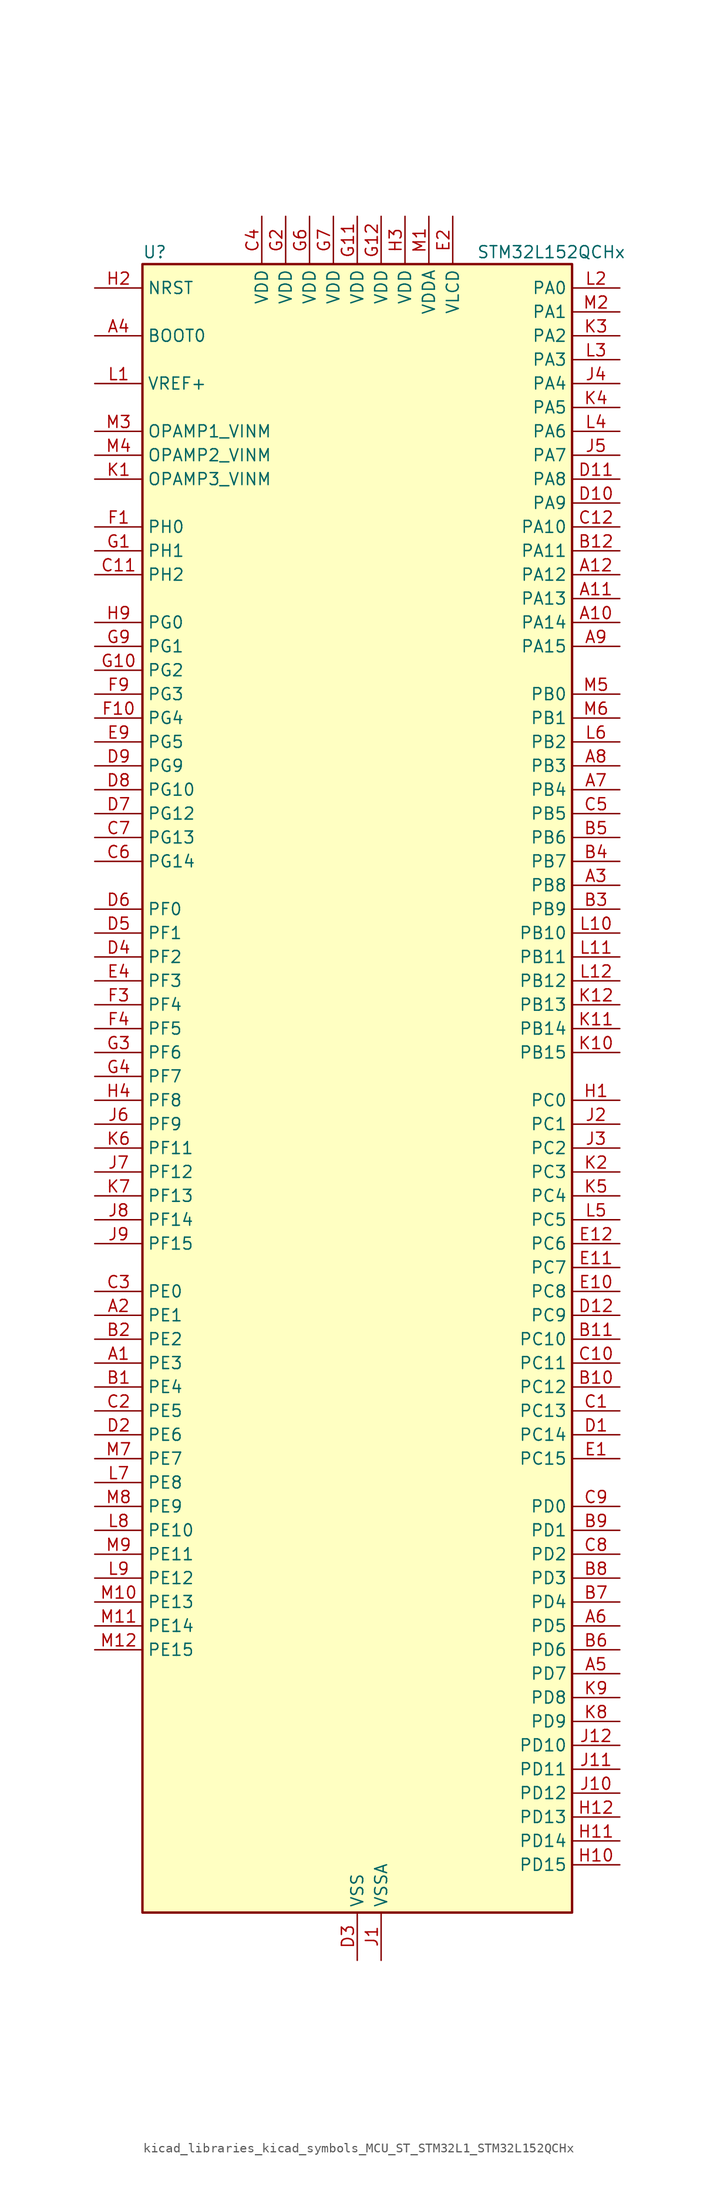
<source format=kicad_sym>
(kicad_symbol_lib
  (version 20220914)
  (generator kicad_symbol_editor)
  (symbol "kicad_libraries_kicad_symbols_MCU_ST_STM32L1_STM32L152QCHx"
    (property "Reference" "U"
      (at -22.86 90.17 0)
      (effects (font (size 1.27 1.27)) (justify left)))
    (property "Value" "STM32L152QCHx"
      (at 12.7 90.17 0)
      (effects (font (size 1.27 1.27)) (justify left)))
    (property "ki_locked" ""
      (at 0 0 0)
      (effects (font (size 1.27 1.27))))
    (symbol "kicad_libraries_kicad_symbols_MCU_ST_STM32L1_STM32L152QCHx_0_1"
      (rectangle (start -22.86 -86.36) (end 22.86 88.9) (stroke (width 0.254) (type default)) (fill (type background))))
    (symbol "kicad_libraries_kicad_symbols_MCU_ST_STM32L1_STM32L152QCHx_1_1"
      (pin bidirectional line (at -27.94 -27.94 0) (length 5.08) (name "PE3" (effects (font (size 1.27 1.27)))) (number "A1" (effects (font (size 1.27 1.27)))) (alternate "LCD_SEG39" bidirectional line) (alternate "SYS_TRACED0" bidirectional line) (alternate "TIM3_CH1" bidirectional line) (alternate "TIMX_IC4" bidirectional line))
      (pin bidirectional line (at 27.94 50.8 180) (length 5.08) (name "PA14" (effects (font (size 1.27 1.27)))) (number "A10" (effects (font (size 1.27 1.27)))) (alternate "SYS_JTCK-SWCLK" bidirectional line) (alternate "TIMX_IC3" bidirectional line) (alternate "TS_G5_IO2" bidirectional line))
      (pin bidirectional line (at 27.94 53.34 180) (length 5.08) (name "PA13" (effects (font (size 1.27 1.27)))) (number "A11" (effects (font (size 1.27 1.27)))) (alternate "SYS_JTMS-SWDIO" bidirectional line) (alternate "TIMX_IC2" bidirectional line) (alternate "TS_G5_IO1" bidirectional line))
      (pin bidirectional line (at 27.94 55.88 180) (length 5.08) (name "PA12" (effects (font (size 1.27 1.27)))) (number "A12" (effects (font (size 1.27 1.27)))) (alternate "SPI1_MOSI" bidirectional line) (alternate "TIMX_IC1" bidirectional line) (alternate "USART1_RTS" bidirectional line) (alternate "USB_DP" bidirectional line))
      (pin bidirectional line (at -27.94 -22.86 0) (length 5.08) (name "PE1" (effects (font (size 1.27 1.27)))) (number "A2" (effects (font (size 1.27 1.27)))) (alternate "LCD_SEG37" bidirectional line) (alternate "TIM11_CH1" bidirectional line) (alternate "TIMX_IC2" bidirectional line))
      (pin bidirectional line (at 27.94 22.86 180) (length 5.08) (name "PB8" (effects (font (size 1.27 1.27)))) (number "A3" (effects (font (size 1.27 1.27)))) (alternate "I2C1_SCL" bidirectional line) (alternate "LCD_SEG16" bidirectional line) (alternate "TIM10_CH1" bidirectional line) (alternate "TIM4_CH3" bidirectional line))
      (pin input line (at -27.94 81.28 0) (length 5.08) (name "BOOT0" (effects (font (size 1.27 1.27)))) (number "A4" (effects (font (size 1.27 1.27)))))
      (pin bidirectional line (at 27.94 -60.96 180) (length 5.08) (name "PD7" (effects (font (size 1.27 1.27)))) (number "A5" (effects (font (size 1.27 1.27)))) (alternate "TIM9_CH2" bidirectional line) (alternate "TIMX_IC4" bidirectional line) (alternate "USART2_CK" bidirectional line))
      (pin bidirectional line (at 27.94 -55.88 180) (length 5.08) (name "PD5" (effects (font (size 1.27 1.27)))) (number "A6" (effects (font (size 1.27 1.27)))) (alternate "TIMX_IC2" bidirectional line) (alternate "USART2_TX" bidirectional line))
      (pin bidirectional line (at 27.94 33.02 180) (length 5.08) (name "PB4" (effects (font (size 1.27 1.27)))) (number "A7" (effects (font (size 1.27 1.27)))) (alternate "COMP2_INP" bidirectional line) (alternate "LCD_SEG8" bidirectional line) (alternate "SPI1_MISO" bidirectional line) (alternate "SPI3_MISO" bidirectional line) (alternate "SYS_JTRST" bidirectional line) (alternate "TIM3_CH1" bidirectional line) (alternate "TS_G6_IO1" bidirectional line))
      (pin bidirectional line (at 27.94 35.56 180) (length 5.08) (name "PB3" (effects (font (size 1.27 1.27)))) (number "A8" (effects (font (size 1.27 1.27)))) (alternate "COMP2_INM" bidirectional line) (alternate "I2S3_CK" bidirectional line) (alternate "LCD_SEG7" bidirectional line) (alternate "SPI1_SCK" bidirectional line) (alternate "SPI3_SCK" bidirectional line) (alternate "SYS_JTDO-TRACESWO" bidirectional line) (alternate "TIM2_CH2" bidirectional line))
      (pin bidirectional line (at 27.94 48.26 180) (length 5.08) (name "PA15" (effects (font (size 1.27 1.27)))) (number "A9" (effects (font (size 1.27 1.27)))) (alternate "ADC_EXTI15" bidirectional line) (alternate "I2S3_WS" bidirectional line) (alternate "LCD_SEG17" bidirectional line) (alternate "SPI1_NSS" bidirectional line) (alternate "SPI3_NSS" bidirectional line) (alternate "SYS_JTDI" bidirectional line) (alternate "TIM2_CH1" bidirectional line) (alternate "TIM2_ETR" bidirectional line) (alternate "TIMX_IC4" bidirectional line) (alternate "TS_G5_IO3" bidirectional line))
      (pin bidirectional line (at -27.94 -30.48 0) (length 5.08) (name "PE4" (effects (font (size 1.27 1.27)))) (number "B1" (effects (font (size 1.27 1.27)))) (alternate "SYS_TRACED1" bidirectional line) (alternate "TIM3_CH2" bidirectional line) (alternate "TIMX_IC1" bidirectional line))
      (pin bidirectional line (at 27.94 -30.48 180) (length 5.08) (name "PC12" (effects (font (size 1.27 1.27)))) (number "B10" (effects (font (size 1.27 1.27)))) (alternate "I2S3_SD" bidirectional line) (alternate "LCD_COM6" bidirectional line) (alternate "LCD_SEG30" bidirectional line) (alternate "LCD_SEG42" bidirectional line) (alternate "SPI3_MOSI" bidirectional line) (alternate "TIMX_IC1" bidirectional line) (alternate "USART3_CK" bidirectional line))
      (pin bidirectional line (at 27.94 -25.4 180) (length 5.08) (name "PC10" (effects (font (size 1.27 1.27)))) (number "B11" (effects (font (size 1.27 1.27)))) (alternate "I2S3_CK" bidirectional line) (alternate "LCD_COM4" bidirectional line) (alternate "LCD_SEG28" bidirectional line) (alternate "LCD_SEG40" bidirectional line) (alternate "SPI3_SCK" bidirectional line) (alternate "TIMX_IC3" bidirectional line) (alternate "USART3_TX" bidirectional line))
      (pin bidirectional line (at 27.94 58.42 180) (length 5.08) (name "PA11" (effects (font (size 1.27 1.27)))) (number "B12" (effects (font (size 1.27 1.27)))) (alternate "ADC_EXTI11" bidirectional line) (alternate "SPI1_MISO" bidirectional line) (alternate "TIMX_IC4" bidirectional line) (alternate "USART1_CTS" bidirectional line) (alternate "USB_DM" bidirectional line))
      (pin bidirectional line (at -27.94 -25.4 0) (length 5.08) (name "PE2" (effects (font (size 1.27 1.27)))) (number "B2" (effects (font (size 1.27 1.27)))) (alternate "LCD_SEG38" bidirectional line) (alternate "SYS_TRACECK" bidirectional line) (alternate "TIM3_ETR" bidirectional line) (alternate "TIMX_IC3" bidirectional line))
      (pin bidirectional line (at 27.94 20.32 180) (length 5.08) (name "PB9" (effects (font (size 1.27 1.27)))) (number "B3" (effects (font (size 1.27 1.27)))) (alternate "DAC_EXTI9" bidirectional line) (alternate "I2C1_SDA" bidirectional line) (alternate "LCD_COM3" bidirectional line) (alternate "TIM11_CH1" bidirectional line) (alternate "TIM4_CH4" bidirectional line))
      (pin bidirectional line (at 27.94 25.4 180) (length 5.08) (name "PB7" (effects (font (size 1.27 1.27)))) (number "B4" (effects (font (size 1.27 1.27)))) (alternate "COMP2_INP" bidirectional line) (alternate "I2C1_SDA" bidirectional line) (alternate "SYS_PVD_IN" bidirectional line) (alternate "TIM4_CH2" bidirectional line) (alternate "TS_G6_IO4" bidirectional line) (alternate "USART1_RX" bidirectional line))
      (pin bidirectional line (at 27.94 27.94 180) (length 5.08) (name "PB6" (effects (font (size 1.27 1.27)))) (number "B5" (effects (font (size 1.27 1.27)))) (alternate "COMP2_INP" bidirectional line) (alternate "I2C1_SCL" bidirectional line) (alternate "TIM4_CH1" bidirectional line) (alternate "TS_G6_IO3" bidirectional line) (alternate "USART1_TX" bidirectional line))
      (pin bidirectional line (at 27.94 -58.42 180) (length 5.08) (name "PD6" (effects (font (size 1.27 1.27)))) (number "B6" (effects (font (size 1.27 1.27)))) (alternate "TIMX_IC3" bidirectional line) (alternate "USART2_RX" bidirectional line))
      (pin bidirectional line (at 27.94 -53.34 180) (length 5.08) (name "PD4" (effects (font (size 1.27 1.27)))) (number "B7" (effects (font (size 1.27 1.27)))) (alternate "I2S2_SD" bidirectional line) (alternate "SPI2_MOSI" bidirectional line) (alternate "TIMX_IC1" bidirectional line) (alternate "USART2_RTS" bidirectional line))
      (pin bidirectional line (at 27.94 -50.8 180) (length 5.08) (name "PD3" (effects (font (size 1.27 1.27)))) (number "B8" (effects (font (size 1.27 1.27)))) (alternate "SPI2_MISO" bidirectional line) (alternate "TIMX_IC4" bidirectional line) (alternate "USART2_CTS" bidirectional line))
      (pin bidirectional line (at 27.94 -45.72 180) (length 5.08) (name "PD1" (effects (font (size 1.27 1.27)))) (number "B9" (effects (font (size 1.27 1.27)))) (alternate "I2S2_CK" bidirectional line) (alternate "SPI2_SCK" bidirectional line) (alternate "TIMX_IC2" bidirectional line))
      (pin bidirectional line (at 27.94 -33.02 180) (length 5.08) (name "PC13" (effects (font (size 1.27 1.27)))) (number "C1" (effects (font (size 1.27 1.27)))) (alternate "RTC_OUT_ALARM" bidirectional line) (alternate "RTC_OUT_CALIB" bidirectional line) (alternate "RTC_TAMP1" bidirectional line) (alternate "RTC_TS" bidirectional line) (alternate "SYS_WKUP2" bidirectional line) (alternate "TIMX_IC2" bidirectional line))
      (pin bidirectional line (at 27.94 -27.94 180) (length 5.08) (name "PC11" (effects (font (size 1.27 1.27)))) (number "C10" (effects (font (size 1.27 1.27)))) (alternate "ADC_EXTI11" bidirectional line) (alternate "LCD_COM5" bidirectional line) (alternate "LCD_SEG29" bidirectional line) (alternate "LCD_SEG41" bidirectional line) (alternate "SPI3_MISO" bidirectional line) (alternate "TIMX_IC4" bidirectional line) (alternate "USART3_RX" bidirectional line))
      (pin bidirectional line (at -27.94 55.88 0) (length 5.08) (name "PH2" (effects (font (size 1.27 1.27)))) (number "C11" (effects (font (size 1.27 1.27)))))
      (pin bidirectional line (at 27.94 60.96 180) (length 5.08) (name "PA10" (effects (font (size 1.27 1.27)))) (number "C12" (effects (font (size 1.27 1.27)))) (alternate "LCD_COM2" bidirectional line) (alternate "TIMX_IC3" bidirectional line) (alternate "TS_G4_IO3" bidirectional line) (alternate "USART1_RX" bidirectional line))
      (pin bidirectional line (at -27.94 -33.02 0) (length 5.08) (name "PE5" (effects (font (size 1.27 1.27)))) (number "C2" (effects (font (size 1.27 1.27)))) (alternate "SYS_TRACED2" bidirectional line) (alternate "TIM9_CH1" bidirectional line) (alternate "TIMX_IC2" bidirectional line))
      (pin bidirectional line (at -27.94 -20.32 0) (length 5.08) (name "PE0" (effects (font (size 1.27 1.27)))) (number "C3" (effects (font (size 1.27 1.27)))) (alternate "LCD_SEG36" bidirectional line) (alternate "TIM10_CH1" bidirectional line) (alternate "TIM4_ETR" bidirectional line) (alternate "TIMX_IC1" bidirectional line))
      (pin power_in line (at -10.16 93.98 270) (length 5.08) (name "VDD" (effects (font (size 1.27 1.27)))) (number "C4" (effects (font (size 1.27 1.27)))))
      (pin bidirectional line (at 27.94 30.48 180) (length 5.08) (name "PB5" (effects (font (size 1.27 1.27)))) (number "C5" (effects (font (size 1.27 1.27)))) (alternate "COMP2_INP" bidirectional line) (alternate "I2C1_SMBA" bidirectional line) (alternate "I2S3_SD" bidirectional line) (alternate "LCD_SEG9" bidirectional line) (alternate "SPI1_MOSI" bidirectional line) (alternate "SPI3_MOSI" bidirectional line) (alternate "TIM3_CH2" bidirectional line) (alternate "TS_G6_IO2" bidirectional line))
      (pin bidirectional line (at -27.94 25.4 0) (length 5.08) (name "PG14" (effects (font (size 1.27 1.27)))) (number "C6" (effects (font (size 1.27 1.27)))))
      (pin bidirectional line (at -27.94 27.94 0) (length 5.08) (name "PG13" (effects (font (size 1.27 1.27)))) (number "C7" (effects (font (size 1.27 1.27)))))
      (pin bidirectional line (at 27.94 -48.26 180) (length 5.08) (name "PD2" (effects (font (size 1.27 1.27)))) (number "C8" (effects (font (size 1.27 1.27)))) (alternate "LCD_COM7" bidirectional line) (alternate "LCD_SEG31" bidirectional line) (alternate "LCD_SEG43" bidirectional line) (alternate "TIM3_ETR" bidirectional line) (alternate "TIMX_IC3" bidirectional line))
      (pin bidirectional line (at 27.94 -43.18 180) (length 5.08) (name "PD0" (effects (font (size 1.27 1.27)))) (number "C9" (effects (font (size 1.27 1.27)))) (alternate "I2S2_WS" bidirectional line) (alternate "SPI2_NSS" bidirectional line) (alternate "TIM9_CH1" bidirectional line) (alternate "TIMX_IC1" bidirectional line))
      (pin bidirectional line (at 27.94 -35.56 180) (length 5.08) (name "PC14" (effects (font (size 1.27 1.27)))) (number "D1" (effects (font (size 1.27 1.27)))) (alternate "RCC_OSC32_IN" bidirectional line) (alternate "TIMX_IC3" bidirectional line))
      (pin bidirectional line (at 27.94 63.5 180) (length 5.08) (name "PA9" (effects (font (size 1.27 1.27)))) (number "D10" (effects (font (size 1.27 1.27)))) (alternate "DAC_EXTI9" bidirectional line) (alternate "LCD_COM1" bidirectional line) (alternate "TIMX_IC2" bidirectional line) (alternate "TS_G4_IO2" bidirectional line) (alternate "USART1_TX" bidirectional line))
      (pin bidirectional line (at 27.94 66.04 180) (length 5.08) (name "PA8" (effects (font (size 1.27 1.27)))) (number "D11" (effects (font (size 1.27 1.27)))) (alternate "LCD_COM0" bidirectional line) (alternate "RCC_MCO" bidirectional line) (alternate "TIMX_IC1" bidirectional line) (alternate "TS_G4_IO1" bidirectional line) (alternate "USART1_CK" bidirectional line))
      (pin bidirectional line (at 27.94 -22.86 180) (length 5.08) (name "PC9" (effects (font (size 1.27 1.27)))) (number "D12" (effects (font (size 1.27 1.27)))) (alternate "DAC_EXTI9" bidirectional line) (alternate "LCD_SEG27" bidirectional line) (alternate "TIM3_CH4" bidirectional line) (alternate "TIMX_IC2" bidirectional line) (alternate "TS_G10_IO4" bidirectional line))
      (pin bidirectional line (at -27.94 -35.56 0) (length 5.08) (name "PE6" (effects (font (size 1.27 1.27)))) (number "D2" (effects (font (size 1.27 1.27)))) (alternate "RTC_TAMP3" bidirectional line) (alternate "SYS_TRACED3" bidirectional line) (alternate "SYS_WKUP3" bidirectional line) (alternate "TIM9_CH2" bidirectional line) (alternate "TIMX_IC3" bidirectional line))
      (pin power_in line (at 0 -91.44 90) (length 5.08) (name "VSS" (effects (font (size 1.27 1.27)))) (number "D3" (effects (font (size 1.27 1.27)))))
      (pin bidirectional line (at -27.94 15.24 0) (length 5.08) (name "PF2" (effects (font (size 1.27 1.27)))) (number "D4" (effects (font (size 1.27 1.27)))))
      (pin bidirectional line (at -27.94 17.78 0) (length 5.08) (name "PF1" (effects (font (size 1.27 1.27)))) (number "D5" (effects (font (size 1.27 1.27)))))
      (pin bidirectional line (at -27.94 20.32 0) (length 5.08) (name "PF0" (effects (font (size 1.27 1.27)))) (number "D6" (effects (font (size 1.27 1.27)))))
      (pin bidirectional line (at -27.94 30.48 0) (length 5.08) (name "PG12" (effects (font (size 1.27 1.27)))) (number "D7" (effects (font (size 1.27 1.27)))))
      (pin bidirectional line (at -27.94 33.02 0) (length 5.08) (name "PG10" (effects (font (size 1.27 1.27)))) (number "D8" (effects (font (size 1.27 1.27)))))
      (pin bidirectional line (at -27.94 35.56 0) (length 5.08) (name "PG9" (effects (font (size 1.27 1.27)))) (number "D9" (effects (font (size 1.27 1.27)))) (alternate "DAC_EXTI9" bidirectional line))
      (pin bidirectional line (at 27.94 -38.1 180) (length 5.08) (name "PC15" (effects (font (size 1.27 1.27)))) (number "E1" (effects (font (size 1.27 1.27)))) (alternate "ADC_EXTI15" bidirectional line) (alternate "RCC_OSC32_OUT" bidirectional line) (alternate "TIMX_IC4" bidirectional line))
      (pin bidirectional line (at 27.94 -20.32 180) (length 5.08) (name "PC8" (effects (font (size 1.27 1.27)))) (number "E10" (effects (font (size 1.27 1.27)))) (alternate "LCD_SEG26" bidirectional line) (alternate "TIM3_CH3" bidirectional line) (alternate "TIMX_IC1" bidirectional line) (alternate "TS_G10_IO3" bidirectional line))
      (pin bidirectional line (at 27.94 -17.78 180) (length 5.08) (name "PC7" (effects (font (size 1.27 1.27)))) (number "E11" (effects (font (size 1.27 1.27)))) (alternate "I2S3_MCK" bidirectional line) (alternate "LCD_SEG25" bidirectional line) (alternate "TIM3_CH2" bidirectional line) (alternate "TIMX_IC4" bidirectional line) (alternate "TS_G10_IO2" bidirectional line))
      (pin bidirectional line (at 27.94 -15.24 180) (length 5.08) (name "PC6" (effects (font (size 1.27 1.27)))) (number "E12" (effects (font (size 1.27 1.27)))) (alternate "I2S2_MCK" bidirectional line) (alternate "LCD_SEG24" bidirectional line) (alternate "TIM3_CH1" bidirectional line) (alternate "TIMX_IC3" bidirectional line) (alternate "TS_G10_IO1" bidirectional line))
      (pin power_in line (at 10.16 93.98 270) (length 5.08) (name "VLCD" (effects (font (size 1.27 1.27)))) (number "E2" (effects (font (size 1.27 1.27)))))
      (pin passive line (at 0 -91.44 90) (length 5.08) hide (name "VSS" (effects (font (size 1.27 1.27)))) (number "E3" (effects (font (size 1.27 1.27)))))
      (pin bidirectional line (at -27.94 12.7 0) (length 5.08) (name "PF3" (effects (font (size 1.27 1.27)))) (number "E4" (effects (font (size 1.27 1.27)))))
      (pin bidirectional line (at -27.94 38.1 0) (length 5.08) (name "PG5" (effects (font (size 1.27 1.27)))) (number "E9" (effects (font (size 1.27 1.27)))))
      (pin bidirectional line (at -27.94 60.96 0) (length 5.08) (name "PH0" (effects (font (size 1.27 1.27)))) (number "F1" (effects (font (size 1.27 1.27)))) (alternate "RCC_OSC_IN" bidirectional line))
      (pin bidirectional line (at -27.94 40.64 0) (length 5.08) (name "PG4" (effects (font (size 1.27 1.27)))) (number "F10" (effects (font (size 1.27 1.27)))) (alternate "ADC_IN12b" bidirectional line) (alternate "TS_G7_IO7" bidirectional line))
      (pin passive line (at 0 -91.44 90) (length 5.08) hide (name "VSS" (effects (font (size 1.27 1.27)))) (number "F11" (effects (font (size 1.27 1.27)))))
      (pin passive line (at 0 -91.44 90) (length 5.08) hide (name "VSS" (effects (font (size 1.27 1.27)))) (number "F12" (effects (font (size 1.27 1.27)))))
      (pin passive line (at 0 -91.44 90) (length 5.08) hide (name "VSS" (effects (font (size 1.27 1.27)))) (number "F2" (effects (font (size 1.27 1.27)))))
      (pin bidirectional line (at -27.94 10.16 0) (length 5.08) (name "PF4" (effects (font (size 1.27 1.27)))) (number "F3" (effects (font (size 1.27 1.27)))))
      (pin bidirectional line (at -27.94 7.62 0) (length 5.08) (name "PF5" (effects (font (size 1.27 1.27)))) (number "F4" (effects (font (size 1.27 1.27)))))
      (pin passive line (at 0 -91.44 90) (length 5.08) hide (name "VSS" (effects (font (size 1.27 1.27)))) (number "F6" (effects (font (size 1.27 1.27)))))
      (pin passive line (at 0 -91.44 90) (length 5.08) hide (name "VSS" (effects (font (size 1.27 1.27)))) (number "F7" (effects (font (size 1.27 1.27)))))
      (pin bidirectional line (at -27.94 43.18 0) (length 5.08) (name "PG3" (effects (font (size 1.27 1.27)))) (number "F9" (effects (font (size 1.27 1.27)))) (alternate "ADC_IN11b" bidirectional line) (alternate "TS_G7_IO6" bidirectional line))
      (pin bidirectional line (at -27.94 58.42 0) (length 5.08) (name "PH1" (effects (font (size 1.27 1.27)))) (number "G1" (effects (font (size 1.27 1.27)))) (alternate "RCC_OSC_OUT" bidirectional line))
      (pin bidirectional line (at -27.94 45.72 0) (length 5.08) (name "PG2" (effects (font (size 1.27 1.27)))) (number "G10" (effects (font (size 1.27 1.27)))) (alternate "ADC_IN10b" bidirectional line) (alternate "TS_G7_IO5" bidirectional line))
      (pin power_in line (at 0 93.98 270) (length 5.08) (name "VDD" (effects (font (size 1.27 1.27)))) (number "G11" (effects (font (size 1.27 1.27)))))
      (pin power_in line (at 2.54 93.98 270) (length 5.08) (name "VDD" (effects (font (size 1.27 1.27)))) (number "G12" (effects (font (size 1.27 1.27)))))
      (pin power_in line (at -7.62 93.98 270) (length 5.08) (name "VDD" (effects (font (size 1.27 1.27)))) (number "G2" (effects (font (size 1.27 1.27)))))
      (pin bidirectional line (at -27.94 5.08 0) (length 5.08) (name "PF6" (effects (font (size 1.27 1.27)))) (number "G3" (effects (font (size 1.27 1.27)))) (alternate "ADC_IN27" bidirectional line) (alternate "TIM5_CH1" bidirectional line) (alternate "TIM5_ETR" bidirectional line) (alternate "TS_G11_IO1" bidirectional line))
      (pin bidirectional line (at -27.94 2.54 0) (length 5.08) (name "PF7" (effects (font (size 1.27 1.27)))) (number "G4" (effects (font (size 1.27 1.27)))) (alternate "ADC_IN28" bidirectional line) (alternate "COMP1_INP" bidirectional line) (alternate "TIM5_CH2" bidirectional line) (alternate "TS_G11_IO2" bidirectional line))
      (pin power_in line (at -5.08 93.98 270) (length 5.08) (name "VDD" (effects (font (size 1.27 1.27)))) (number "G6" (effects (font (size 1.27 1.27)))))
      (pin power_in line (at -2.54 93.98 270) (length 5.08) (name "VDD" (effects (font (size 1.27 1.27)))) (number "G7" (effects (font (size 1.27 1.27)))))
      (pin bidirectional line (at -27.94 48.26 0) (length 5.08) (name "PG1" (effects (font (size 1.27 1.27)))) (number "G9" (effects (font (size 1.27 1.27)))) (alternate "ADC_IN9b" bidirectional line) (alternate "TS_G2_IO5" bidirectional line))
      (pin bidirectional line (at 27.94 0 180) (length 5.08) (name "PC0" (effects (font (size 1.27 1.27)))) (number "H1" (effects (font (size 1.27 1.27)))) (alternate "ADC_IN10" bidirectional line) (alternate "COMP1_INP" bidirectional line) (alternate "LCD_SEG18" bidirectional line) (alternate "TIMX_IC1" bidirectional line) (alternate "TS_G8_IO1" bidirectional line))
      (pin bidirectional line (at 27.94 -81.28 180) (length 5.08) (name "PD15" (effects (font (size 1.27 1.27)))) (number "H10" (effects (font (size 1.27 1.27)))) (alternate "ADC_EXTI15" bidirectional line) (alternate "LCD_SEG35" bidirectional line) (alternate "TIM4_CH4" bidirectional line) (alternate "TIMX_IC4" bidirectional line))
      (pin bidirectional line (at 27.94 -78.74 180) (length 5.08) (name "PD14" (effects (font (size 1.27 1.27)))) (number "H11" (effects (font (size 1.27 1.27)))) (alternate "LCD_SEG34" bidirectional line) (alternate "TIM4_CH3" bidirectional line) (alternate "TIMX_IC3" bidirectional line))
      (pin bidirectional line (at 27.94 -76.2 180) (length 5.08) (name "PD13" (effects (font (size 1.27 1.27)))) (number "H12" (effects (font (size 1.27 1.27)))) (alternate "LCD_SEG33" bidirectional line) (alternate "TIM4_CH2" bidirectional line) (alternate "TIMX_IC2" bidirectional line))
      (pin input line (at -27.94 86.36 0) (length 5.08) (name "NRST" (effects (font (size 1.27 1.27)))) (number "H2" (effects (font (size 1.27 1.27)))))
      (pin power_in line (at 5.08 93.98 270) (length 5.08) (name "VDD" (effects (font (size 1.27 1.27)))) (number "H3" (effects (font (size 1.27 1.27)))))
      (pin bidirectional line (at -27.94 0 0) (length 5.08) (name "PF8" (effects (font (size 1.27 1.27)))) (number "H4" (effects (font (size 1.27 1.27)))) (alternate "ADC_IN29" bidirectional line) (alternate "COMP1_INP" bidirectional line) (alternate "TIM5_CH3" bidirectional line) (alternate "TS_G11_IO3" bidirectional line))
      (pin bidirectional line (at -27.94 50.8 0) (length 5.08) (name "PG0" (effects (font (size 1.27 1.27)))) (number "H9" (effects (font (size 1.27 1.27)))) (alternate "ADC_IN8b" bidirectional line) (alternate "TS_G2_IO4" bidirectional line))
      (pin power_in line (at 2.54 -91.44 90) (length 5.08) (name "VSSA" (effects (font (size 1.27 1.27)))) (number "J1" (effects (font (size 1.27 1.27)))))
      (pin bidirectional line (at 27.94 -73.66 180) (length 5.08) (name "PD12" (effects (font (size 1.27 1.27)))) (number "J10" (effects (font (size 1.27 1.27)))) (alternate "LCD_SEG32" bidirectional line) (alternate "TIM4_CH1" bidirectional line) (alternate "TIMX_IC1" bidirectional line) (alternate "USART3_RTS" bidirectional line))
      (pin bidirectional line (at 27.94 -71.12 180) (length 5.08) (name "PD11" (effects (font (size 1.27 1.27)))) (number "J11" (effects (font (size 1.27 1.27)))) (alternate "ADC_EXTI11" bidirectional line) (alternate "LCD_SEG31" bidirectional line) (alternate "TIMX_IC4" bidirectional line) (alternate "USART3_CTS" bidirectional line))
      (pin bidirectional line (at 27.94 -68.58 180) (length 5.08) (name "PD10" (effects (font (size 1.27 1.27)))) (number "J12" (effects (font (size 1.27 1.27)))) (alternate "LCD_SEG30" bidirectional line) (alternate "TIMX_IC3" bidirectional line) (alternate "USART3_CK" bidirectional line))
      (pin bidirectional line (at 27.94 -2.54 180) (length 5.08) (name "PC1" (effects (font (size 1.27 1.27)))) (number "J2" (effects (font (size 1.27 1.27)))) (alternate "ADC_IN11" bidirectional line) (alternate "COMP1_INP" bidirectional line) (alternate "LCD_SEG19" bidirectional line) (alternate "TIMX_IC2" bidirectional line) (alternate "TS_G8_IO2" bidirectional line))
      (pin bidirectional line (at 27.94 -5.08 180) (length 5.08) (name "PC2" (effects (font (size 1.27 1.27)))) (number "J3" (effects (font (size 1.27 1.27)))) (alternate "ADC_IN12" bidirectional line) (alternate "COMP1_INP" bidirectional line) (alternate "LCD_SEG20" bidirectional line) (alternate "TIMX_IC3" bidirectional line) (alternate "TS_G8_IO3" bidirectional line))
      (pin bidirectional line (at 27.94 76.2 180) (length 5.08) (name "PA4" (effects (font (size 1.27 1.27)))) (number "J4" (effects (font (size 1.27 1.27)))) (alternate "ADC_IN4" bidirectional line) (alternate "COMP1_INP" bidirectional line) (alternate "DAC_OUT1" bidirectional line) (alternate "I2S3_WS" bidirectional line) (alternate "SPI1_NSS" bidirectional line) (alternate "SPI3_NSS" bidirectional line) (alternate "TIMX_IC1" bidirectional line) (alternate "USART2_CK" bidirectional line))
      (pin bidirectional line (at 27.94 68.58 180) (length 5.08) (name "PA7" (effects (font (size 1.27 1.27)))) (number "J5" (effects (font (size 1.27 1.27)))) (alternate "ADC_IN7" bidirectional line) (alternate "COMP1_INP" bidirectional line) (alternate "LCD_SEG4" bidirectional line) (alternate "SPI1_MOSI" bidirectional line) (alternate "TIM11_CH1" bidirectional line) (alternate "TIM3_CH2" bidirectional line) (alternate "TIMX_IC4" bidirectional line) (alternate "TS_G2_IO2" bidirectional line))
      (pin bidirectional line (at -27.94 -2.54 0) (length 5.08) (name "PF9" (effects (font (size 1.27 1.27)))) (number "J6" (effects (font (size 1.27 1.27)))) (alternate "ADC_IN30" bidirectional line) (alternate "COMP1_INP" bidirectional line) (alternate "DAC_EXTI9" bidirectional line) (alternate "TIM5_CH4" bidirectional line) (alternate "TS_G11_IO4" bidirectional line))
      (pin bidirectional line (at -27.94 -7.62 0) (length 5.08) (name "PF12" (effects (font (size 1.27 1.27)))) (number "J7" (effects (font (size 1.27 1.27)))) (alternate "ADC_IN2b" bidirectional line) (alternate "TS_G3_IO5" bidirectional line))
      (pin bidirectional line (at -27.94 -12.7 0) (length 5.08) (name "PF14" (effects (font (size 1.27 1.27)))) (number "J8" (effects (font (size 1.27 1.27)))) (alternate "ADC_IN6b" bidirectional line) (alternate "TS_G9_IO4" bidirectional line))
      (pin bidirectional line (at -27.94 -15.24 0) (length 5.08) (name "PF15" (effects (font (size 1.27 1.27)))) (number "J9" (effects (font (size 1.27 1.27)))) (alternate "ADC_EXTI15" bidirectional line) (alternate "ADC_IN7b" bidirectional line) (alternate "TS_G2_IO3" bidirectional line))
      (pin input line (at -27.94 66.04 0) (length 5.08) (name "OPAMP3_VINM" (effects (font (size 1.27 1.27)))) (number "K1" (effects (font (size 1.27 1.27)))))
      (pin bidirectional line (at 27.94 5.08 180) (length 5.08) (name "PB15" (effects (font (size 1.27 1.27)))) (number "K10" (effects (font (size 1.27 1.27)))) (alternate "ADC_EXTI15" bidirectional line) (alternate "ADC_IN21" bidirectional line) (alternate "COMP1_INP" bidirectional line) (alternate "I2S2_SD" bidirectional line) (alternate "LCD_SEG15" bidirectional line) (alternate "RTC_REFIN" bidirectional line) (alternate "SPI2_MOSI" bidirectional line) (alternate "TIM11_CH1" bidirectional line) (alternate "TS_G7_IO4" bidirectional line))
      (pin bidirectional line (at 27.94 7.62 180) (length 5.08) (name "PB14" (effects (font (size 1.27 1.27)))) (number "K11" (effects (font (size 1.27 1.27)))) (alternate "ADC_IN20" bidirectional line) (alternate "COMP1_INP" bidirectional line) (alternate "LCD_SEG14" bidirectional line) (alternate "SPI2_MISO" bidirectional line) (alternate "TIM9_CH2" bidirectional line) (alternate "TS_G7_IO3" bidirectional line) (alternate "USART3_RTS" bidirectional line))
      (pin bidirectional line (at 27.94 10.16 180) (length 5.08) (name "PB13" (effects (font (size 1.27 1.27)))) (number "K12" (effects (font (size 1.27 1.27)))) (alternate "ADC_IN19" bidirectional line) (alternate "COMP1_INP" bidirectional line) (alternate "I2S2_CK" bidirectional line) (alternate "LCD_SEG13" bidirectional line) (alternate "SPI2_SCK" bidirectional line) (alternate "TIM9_CH1" bidirectional line) (alternate "TS_G7_IO2" bidirectional line) (alternate "USART3_CTS" bidirectional line))
      (pin bidirectional line (at 27.94 -7.62 180) (length 5.08) (name "PC3" (effects (font (size 1.27 1.27)))) (number "K2" (effects (font (size 1.27 1.27)))) (alternate "ADC_IN13" bidirectional line) (alternate "COMP1_INP" bidirectional line) (alternate "LCD_SEG21" bidirectional line) (alternate "TIMX_IC4" bidirectional line) (alternate "TS_G8_IO4" bidirectional line))
      (pin bidirectional line (at 27.94 81.28 180) (length 5.08) (name "PA2" (effects (font (size 1.27 1.27)))) (number "K3" (effects (font (size 1.27 1.27)))) (alternate "ADC_IN2" bidirectional line) (alternate "COMP1_INP" bidirectional line) (alternate "LCD_SEG1" bidirectional line) (alternate "TIM2_CH3" bidirectional line) (alternate "TIM5_CH3" bidirectional line) (alternate "TIM9_CH1" bidirectional line) (alternate "TIMX_IC3" bidirectional line) (alternate "TS_G1_IO3" bidirectional line) (alternate "USART2_TX" bidirectional line))
      (pin bidirectional line (at 27.94 73.66 180) (length 5.08) (name "PA5" (effects (font (size 1.27 1.27)))) (number "K4" (effects (font (size 1.27 1.27)))) (alternate "ADC_IN5" bidirectional line) (alternate "COMP1_INP" bidirectional line) (alternate "DAC_OUT2" bidirectional line) (alternate "SPI1_SCK" bidirectional line) (alternate "TIM2_CH1" bidirectional line) (alternate "TIM2_ETR" bidirectional line) (alternate "TIMX_IC2" bidirectional line))
      (pin bidirectional line (at 27.94 -10.16 180) (length 5.08) (name "PC4" (effects (font (size 1.27 1.27)))) (number "K5" (effects (font (size 1.27 1.27)))) (alternate "ADC_IN14" bidirectional line) (alternate "COMP1_INP" bidirectional line) (alternate "LCD_SEG22" bidirectional line) (alternate "TIMX_IC1" bidirectional line) (alternate "TS_G9_IO1" bidirectional line))
      (pin bidirectional line (at -27.94 -5.08 0) (length 5.08) (name "PF11" (effects (font (size 1.27 1.27)))) (number "K6" (effects (font (size 1.27 1.27)))) (alternate "ADC_EXTI11" bidirectional line) (alternate "ADC_IN1b" bidirectional line) (alternate "TS_G3_IO4" bidirectional line))
      (pin bidirectional line (at -27.94 -10.16 0) (length 5.08) (name "PF13" (effects (font (size 1.27 1.27)))) (number "K7" (effects (font (size 1.27 1.27)))) (alternate "ADC_IN3b" bidirectional line) (alternate "TS_G9_IO3" bidirectional line))
      (pin bidirectional line (at 27.94 -66.04 180) (length 5.08) (name "PD9" (effects (font (size 1.27 1.27)))) (number "K8" (effects (font (size 1.27 1.27)))) (alternate "DAC_EXTI9" bidirectional line) (alternate "LCD_SEG29" bidirectional line) (alternate "TIMX_IC2" bidirectional line) (alternate "USART3_RX" bidirectional line))
      (pin bidirectional line (at 27.94 -63.5 180) (length 5.08) (name "PD8" (effects (font (size 1.27 1.27)))) (number "K9" (effects (font (size 1.27 1.27)))) (alternate "LCD_SEG28" bidirectional line) (alternate "TIMX_IC1" bidirectional line) (alternate "USART3_TX" bidirectional line))
      (pin input line (at -27.94 76.2 0) (length 5.08) (name "VREF+" (effects (font (size 1.27 1.27)))) (number "L1" (effects (font (size 1.27 1.27)))))
      (pin bidirectional line (at 27.94 17.78 180) (length 5.08) (name "PB10" (effects (font (size 1.27 1.27)))) (number "L10" (effects (font (size 1.27 1.27)))) (alternate "I2C2_SCL" bidirectional line) (alternate "LCD_SEG10" bidirectional line) (alternate "TIM2_CH3" bidirectional line) (alternate "USART3_TX" bidirectional line))
      (pin bidirectional line (at 27.94 15.24 180) (length 5.08) (name "PB11" (effects (font (size 1.27 1.27)))) (number "L11" (effects (font (size 1.27 1.27)))) (alternate "ADC_EXTI11" bidirectional line) (alternate "I2C2_SDA" bidirectional line) (alternate "LCD_SEG11" bidirectional line) (alternate "TIM2_CH4" bidirectional line) (alternate "USART3_RX" bidirectional line))
      (pin bidirectional line (at 27.94 12.7 180) (length 5.08) (name "PB12" (effects (font (size 1.27 1.27)))) (number "L12" (effects (font (size 1.27 1.27)))) (alternate "ADC_IN18" bidirectional line) (alternate "COMP1_INP" bidirectional line) (alternate "I2C2_SMBA" bidirectional line) (alternate "I2S2_WS" bidirectional line) (alternate "LCD_SEG12" bidirectional line) (alternate "SPI2_NSS" bidirectional line) (alternate "TIM10_CH1" bidirectional line) (alternate "TS_G7_IO1" bidirectional line) (alternate "USART3_CK" bidirectional line))
      (pin bidirectional line (at 27.94 86.36 180) (length 5.08) (name "PA0" (effects (font (size 1.27 1.27)))) (number "L2" (effects (font (size 1.27 1.27)))) (alternate "ADC_IN0" bidirectional line) (alternate "COMP1_INP" bidirectional line) (alternate "RTC_TAMP2" bidirectional line) (alternate "SYS_WKUP1" bidirectional line) (alternate "TIM2_CH1" bidirectional line) (alternate "TIM2_ETR" bidirectional line) (alternate "TIM5_CH1" bidirectional line) (alternate "TIMX_IC1" bidirectional line) (alternate "TS_G1_IO1" bidirectional line) (alternate "USART2_CTS" bidirectional line))
      (pin bidirectional line (at 27.94 78.74 180) (length 5.08) (name "PA3" (effects (font (size 1.27 1.27)))) (number "L3" (effects (font (size 1.27 1.27)))) (alternate "ADC_IN3" bidirectional line) (alternate "COMP1_INP" bidirectional line) (alternate "LCD_SEG2" bidirectional line) (alternate "OPAMP1_VOUT" bidirectional line) (alternate "TIM2_CH4" bidirectional line) (alternate "TIM5_CH4" bidirectional line) (alternate "TIM9_CH2" bidirectional line) (alternate "TIMX_IC4" bidirectional line) (alternate "TS_G1_IO4" bidirectional line) (alternate "USART2_RX" bidirectional line))
      (pin bidirectional line (at 27.94 71.12 180) (length 5.08) (name "PA6" (effects (font (size 1.27 1.27)))) (number "L4" (effects (font (size 1.27 1.27)))) (alternate "ADC_IN6" bidirectional line) (alternate "COMP1_INP" bidirectional line) (alternate "LCD_SEG3" bidirectional line) (alternate "OPAMP2_VINP" bidirectional line) (alternate "SPI1_MISO" bidirectional line) (alternate "TIM10_CH1" bidirectional line) (alternate "TIM3_CH1" bidirectional line) (alternate "TIMX_IC3" bidirectional line) (alternate "TS_G2_IO1" bidirectional line))
      (pin bidirectional line (at 27.94 -12.7 180) (length 5.08) (name "PC5" (effects (font (size 1.27 1.27)))) (number "L5" (effects (font (size 1.27 1.27)))) (alternate "ADC_IN15" bidirectional line) (alternate "COMP1_INP" bidirectional line) (alternate "LCD_SEG23" bidirectional line) (alternate "TIMX_IC2" bidirectional line) (alternate "TS_G9_IO2" bidirectional line))
      (pin bidirectional line (at 27.94 38.1 180) (length 5.08) (name "PB2" (effects (font (size 1.27 1.27)))) (number "L6" (effects (font (size 1.27 1.27)))) (alternate "ADC_IN0b" bidirectional line) (alternate "TS_G3_IO3" bidirectional line))
      (pin bidirectional line (at -27.94 -40.64 0) (length 5.08) (name "PE8" (effects (font (size 1.27 1.27)))) (number "L7" (effects (font (size 1.27 1.27)))) (alternate "ADC_IN23" bidirectional line) (alternate "COMP1_INP" bidirectional line) (alternate "TIMX_IC1" bidirectional line))
      (pin bidirectional line (at -27.94 -45.72 0) (length 5.08) (name "PE10" (effects (font (size 1.27 1.27)))) (number "L8" (effects (font (size 1.27 1.27)))) (alternate "ADC_IN25" bidirectional line) (alternate "COMP1_INP" bidirectional line) (alternate "TIM2_CH2" bidirectional line) (alternate "TIMX_IC3" bidirectional line))
      (pin bidirectional line (at -27.94 -50.8 0) (length 5.08) (name "PE12" (effects (font (size 1.27 1.27)))) (number "L9" (effects (font (size 1.27 1.27)))) (alternate "SPI1_NSS" bidirectional line) (alternate "TIM2_CH4" bidirectional line) (alternate "TIMX_IC1" bidirectional line))
      (pin power_in line (at 7.62 93.98 270) (length 5.08) (name "VDDA" (effects (font (size 1.27 1.27)))) (number "M1" (effects (font (size 1.27 1.27)))))
      (pin bidirectional line (at -27.94 -53.34 0) (length 5.08) (name "PE13" (effects (font (size 1.27 1.27)))) (number "M10" (effects (font (size 1.27 1.27)))) (alternate "SPI1_SCK" bidirectional line) (alternate "TIMX_IC2" bidirectional line))
      (pin bidirectional line (at -27.94 -55.88 0) (length 5.08) (name "PE14" (effects (font (size 1.27 1.27)))) (number "M11" (effects (font (size 1.27 1.27)))) (alternate "SPI1_MISO" bidirectional line) (alternate "TIMX_IC3" bidirectional line))
      (pin bidirectional line (at -27.94 -58.42 0) (length 5.08) (name "PE15" (effects (font (size 1.27 1.27)))) (number "M12" (effects (font (size 1.27 1.27)))) (alternate "ADC_EXTI15" bidirectional line) (alternate "SPI1_MOSI" bidirectional line) (alternate "TIMX_IC4" bidirectional line))
      (pin bidirectional line (at 27.94 83.82 180) (length 5.08) (name "PA1" (effects (font (size 1.27 1.27)))) (number "M2" (effects (font (size 1.27 1.27)))) (alternate "ADC_IN1" bidirectional line) (alternate "COMP1_INP" bidirectional line) (alternate "LCD_SEG0" bidirectional line) (alternate "OPAMP1_VINP" bidirectional line) (alternate "TIM2_CH2" bidirectional line) (alternate "TIM5_CH2" bidirectional line) (alternate "TIMX_IC2" bidirectional line) (alternate "TS_G1_IO2" bidirectional line) (alternate "USART2_RTS" bidirectional line))
      (pin input line (at -27.94 71.12 0) (length 5.08) (name "OPAMP1_VINM" (effects (font (size 1.27 1.27)))) (number "M3" (effects (font (size 1.27 1.27)))) (alternate "OPAMP1_VINM" bidirectional line))
      (pin input line (at -27.94 68.58 0) (length 5.08) (name "OPAMP2_VINM" (effects (font (size 1.27 1.27)))) (number "M4" (effects (font (size 1.27 1.27)))) (alternate "OPAMP2_VINM" bidirectional line))
      (pin bidirectional line (at 27.94 43.18 180) (length 5.08) (name "PB0" (effects (font (size 1.27 1.27)))) (number "M5" (effects (font (size 1.27 1.27)))) (alternate "ADC_IN8" bidirectional line) (alternate "COMP1_INP" bidirectional line) (alternate "LCD_SEG5" bidirectional line) (alternate "OPAMP2_VOUT" bidirectional line) (alternate "SYS_V_REF_OUT" bidirectional line) (alternate "TIM3_CH3" bidirectional line) (alternate "TS_G3_IO1" bidirectional line))
      (pin bidirectional line (at 27.94 40.64 180) (length 5.08) (name "PB1" (effects (font (size 1.27 1.27)))) (number "M6" (effects (font (size 1.27 1.27)))) (alternate "ADC_IN9" bidirectional line) (alternate "COMP1_INP" bidirectional line) (alternate "LCD_SEG6" bidirectional line) (alternate "SYS_V_REF_OUT" bidirectional line) (alternate "TIM3_CH4" bidirectional line) (alternate "TS_G3_IO2" bidirectional line))
      (pin bidirectional line (at -27.94 -38.1 0) (length 5.08) (name "PE7" (effects (font (size 1.27 1.27)))) (number "M7" (effects (font (size 1.27 1.27)))) (alternate "ADC_IN22" bidirectional line) (alternate "COMP1_INP" bidirectional line) (alternate "TIMX_IC4" bidirectional line))
      (pin bidirectional line (at -27.94 -43.18 0) (length 5.08) (name "PE9" (effects (font (size 1.27 1.27)))) (number "M8" (effects (font (size 1.27 1.27)))) (alternate "ADC_IN24" bidirectional line) (alternate "COMP1_INP" bidirectional line) (alternate "DAC_EXTI9" bidirectional line) (alternate "TIM2_CH1" bidirectional line) (alternate "TIM2_ETR" bidirectional line) (alternate "TIMX_IC2" bidirectional line))
      (pin bidirectional line (at -27.94 -48.26 0) (length 5.08) (name "PE11" (effects (font (size 1.27 1.27)))) (number "M9" (effects (font (size 1.27 1.27)))) (alternate "ADC_EXTI11" bidirectional line) (alternate "TIM2_CH3" bidirectional line) (alternate "TIMX_IC4" bidirectional line)))))
</source>
